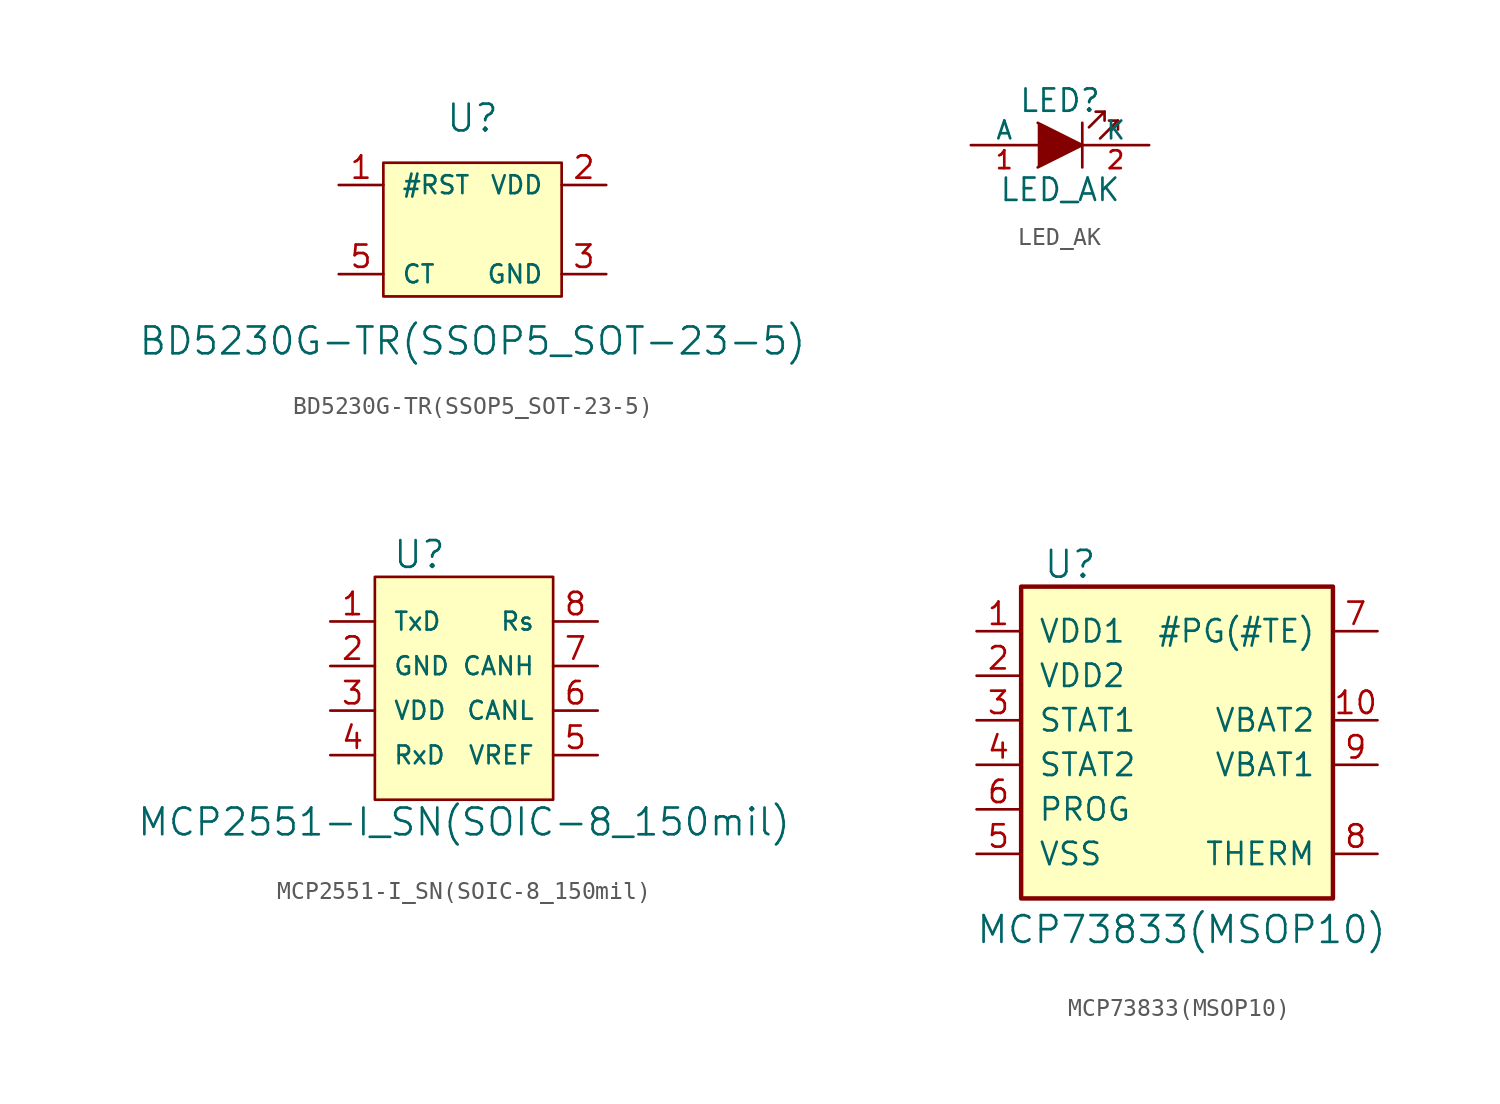
<source format=kicad_sym>
(kicad_symbol_lib
  (version 20211014)
  (generator kicad_symbol_editor)
  (symbol "BD5230G-TR(SSOP5_SOT-23-5)"
    (pin_names
      (offset 1.016))
    (property "Reference" "U"
      (at 0 6.35 0)
      (effects (font (size 1.524 1.524))))
    (property "Value" "BD5230G-TR(SSOP5_SOT-23-5)"
      (at 0 -6.35 0)
      (effects (font (size 1.524 1.524))))
    (symbol "BD5230G-TR(SSOP5_SOT-23-5)_0_1"
      (rectangle (start -5.08 3.81) (end 5.08 -3.81) (stroke (width 0) (type default) (color 0 0 0 0)) (fill (type background))))
    (symbol "BD5230G-TR(SSOP5_SOT-23-5)_1_1"
      (pin open_collector line (at -7.62 2.54 0) (length 2.54) (name "#RST" (effects (font (size 1.016 1.016)))) (number "1" (effects (font (size 1.27 1.27)))))
      (pin power_in line (at 7.62 2.54 180) (length 2.54) (name "VDD" (effects (font (size 1.016 1.016)))) (number "2" (effects (font (size 1.27 1.27)))))
      (pin power_in line (at 7.62 -2.54 180) (length 2.54) (name "GND" (effects (font (size 1.016 1.016)))) (number "3" (effects (font (size 1.27 1.27)))))
      (pin passive line (at -7.62 -2.54 0) (length 2.54) (name "CT" (effects (font (size 1.016 1.016)))) (number "5" (effects (font (size 1.27 1.27)))))))
  (symbol "LED_AK"
    (pin_names
      (offset 0))
    (property "Reference" "LED"
      (at 0 2.54 0)
      (effects (font (size 1.27 1.27))))
    (property "Value" "LED_AK"
      (at 0 -2.54 0)
      (effects (font (size 1.27 1.27))))
    (property "Footprint" ""
      (at 0 0 0)
      (effects (font (size 1.524 1.524))))
    (property "Datasheet" ""
      (at 0 0 0)
      (effects (font (size 1.524 1.524))))
    (symbol "LED_AK_0_1"
      (polyline (pts (xy 1.27 -1.27) (xy 1.27 1.27)) (stroke (width 0) (type default) (color 0 0 0 0)) (fill (type none)))
      (polyline (pts (xy 2.54 1.905) (xy 2.032 1.905)) (stroke (width 0) (type default) (color 0 0 0 0)) (fill (type none)))
      (polyline (pts (xy 3.302 1.397) (xy 3.302 0.889)) (stroke (width 0) (type default) (color 0 0 0 0)) (fill (type none)))
      (polyline (pts (xy -1.27 -1.27) (xy 1.27 0) (xy -1.27 1.27)) (stroke (width 0) (type default) (color 0 0 0 0)) (fill (type outline)))
      (polyline (pts (xy 1.651 1.016) (xy 2.54 1.905) (xy 2.54 1.397)) (stroke (width 0) (type default) (color 0 0 0 0)) (fill (type none)))
      (polyline (pts (xy 2.286 0.381) (xy 3.302 1.397) (xy 2.794 1.397)) (stroke (width 0) (type default) (color 0 0 0 0)) (fill (type none))))
    (symbol "LED_AK_1_1"
      (pin passive line (at -5.08 0 0) (length 3.81) (name "A" (effects (font (size 1.016 1.016)))) (number "1" (effects (font (size 1.016 1.016)))))
      (pin passive line (at 5.08 0 180) (length 3.81) (name "K" (effects (font (size 1.016 1.016)))) (number "2" (effects (font (size 1.016 1.016)))))))
  (symbol "MCP2551-I_SN(SOIC-8_150mil)"
    (pin_names
      (offset 1.016))
    (property "Reference" "U"
      (at -2.54 6.35 0)
      (effects (font (size 1.524 1.524))))
    (property "Value" "MCP2551-I_SN(SOIC-8_150mil)"
      (at 0 -8.89 0)
      (effects (font (size 1.524 1.524))))
    (property "Footprint" ""
      (at 0 0 0)
      (effects (font (size 1.524 1.524))))
    (property "Datasheet" ""
      (at 0 0 0)
      (effects (font (size 1.524 1.524))))
    (symbol "MCP2551-I_SN(SOIC-8_150mil)_0_1"
      (rectangle (start -5.08 5.08) (end 5.08 -7.62) (stroke (width 0) (type default) (color 0 0 0 0)) (fill (type background))))
    (symbol "MCP2551-I_SN(SOIC-8_150mil)_1_1"
      (pin input line (at -7.62 2.54 0) (length 2.54) (name "TxD" (effects (font (size 1.016 1.016)))) (number "1" (effects (font (size 1.27 1.27)))))
      (pin power_in line (at -7.62 0 0) (length 2.54) (name "GND" (effects (font (size 1.016 1.016)))) (number "2" (effects (font (size 1.27 1.27)))))
      (pin power_in line (at -7.62 -2.54 0) (length 2.54) (name "VDD" (effects (font (size 1.016 1.016)))) (number "3" (effects (font (size 1.27 1.27)))))
      (pin output line (at -7.62 -5.08 0) (length 2.54) (name "RxD" (effects (font (size 1.016 1.016)))) (number "4" (effects (font (size 1.27 1.27)))))
      (pin output line (at 7.62 -5.08 180) (length 2.54) (name "VREF" (effects (font (size 1.016 1.016)))) (number "5" (effects (font (size 1.27 1.27)))))
      (pin bidirectional line (at 7.62 -2.54 180) (length 2.54) (name "CANL" (effects (font (size 1.016 1.016)))) (number "6" (effects (font (size 1.27 1.27)))))
      (pin bidirectional line (at 7.62 0 180) (length 2.54) (name "CANH" (effects (font (size 1.016 1.016)))) (number "7" (effects (font (size 1.27 1.27)))))
      (pin input line (at 7.62 2.54 180) (length 2.54) (name "Rs" (effects (font (size 1.016 1.016)))) (number "8" (effects (font (size 1.27 1.27)))))))
  (symbol "MCP73833(MSOP10)"
    (pin_names
      (offset 1.016))
    (property "Reference" "U"
      (at -4.826 11.43 0)
      (effects (font (size 1.524 1.524))))
    (property "Value" "MCP73833(MSOP10)"
      (at 1.524 -9.398 0)
      (effects (font (size 1.524 1.524))))
    (symbol "MCP73833(MSOP10)_0_1"
      (rectangle (start -7.62 10.16) (end 10.16 -7.62) (stroke (width 0.254) (type default) (color 0 0 0 0)) (fill (type background))))
    (symbol "MCP73833(MSOP10)_1_1"
      (pin power_in line (at -10.16 7.62 0) (length 2.489) (name "VDD1" (effects (font (size 1.27 1.27)))) (number "1" (effects (font (size 1.27 1.27)))))
      (pin output line (at 12.7 2.54 180) (length 2.489) (name "VBAT2" (effects (font (size 1.27 1.27)))) (number "10" (effects (font (size 1.27 1.27)))))
      (pin power_in line (at -10.16 5.08 0) (length 2.489) (name "VDD2" (effects (font (size 1.27 1.27)))) (number "2" (effects (font (size 1.27 1.27)))))
      (pin open_collector line (at -10.16 2.54 0) (length 2.489) (name "STAT1" (effects (font (size 1.27 1.27)))) (number "3" (effects (font (size 1.27 1.27)))))
      (pin open_collector line (at -10.16 0 0) (length 2.489) (name "STAT2" (effects (font (size 1.27 1.27)))) (number "4" (effects (font (size 1.27 1.27)))))
      (pin power_in line (at -10.16 -5.08 0) (length 2.489) (name "VSS" (effects (font (size 1.27 1.27)))) (number "5" (effects (font (size 1.27 1.27)))))
      (pin input line (at -10.16 -2.54 0) (length 2.489) (name "PROG" (effects (font (size 1.27 1.27)))) (number "6" (effects (font (size 1.27 1.27)))))
      (pin open_collector line (at 12.7 7.62 180) (length 2.489) (name "#PG(#TE)" (effects (font (size 1.27 1.27)))) (number "7" (effects (font (size 1.27 1.27)))))
      (pin input line (at 12.7 -5.08 180) (length 2.489) (name "THERM" (effects (font (size 1.27 1.27)))) (number "8" (effects (font (size 1.27 1.27)))))
      (pin bidirectional line (at 12.7 0 180) (length 2.489) (name "VBAT1" (effects (font (size 1.27 1.27)))) (number "9" (effects (font (size 1.27 1.27))))))))
</source>
